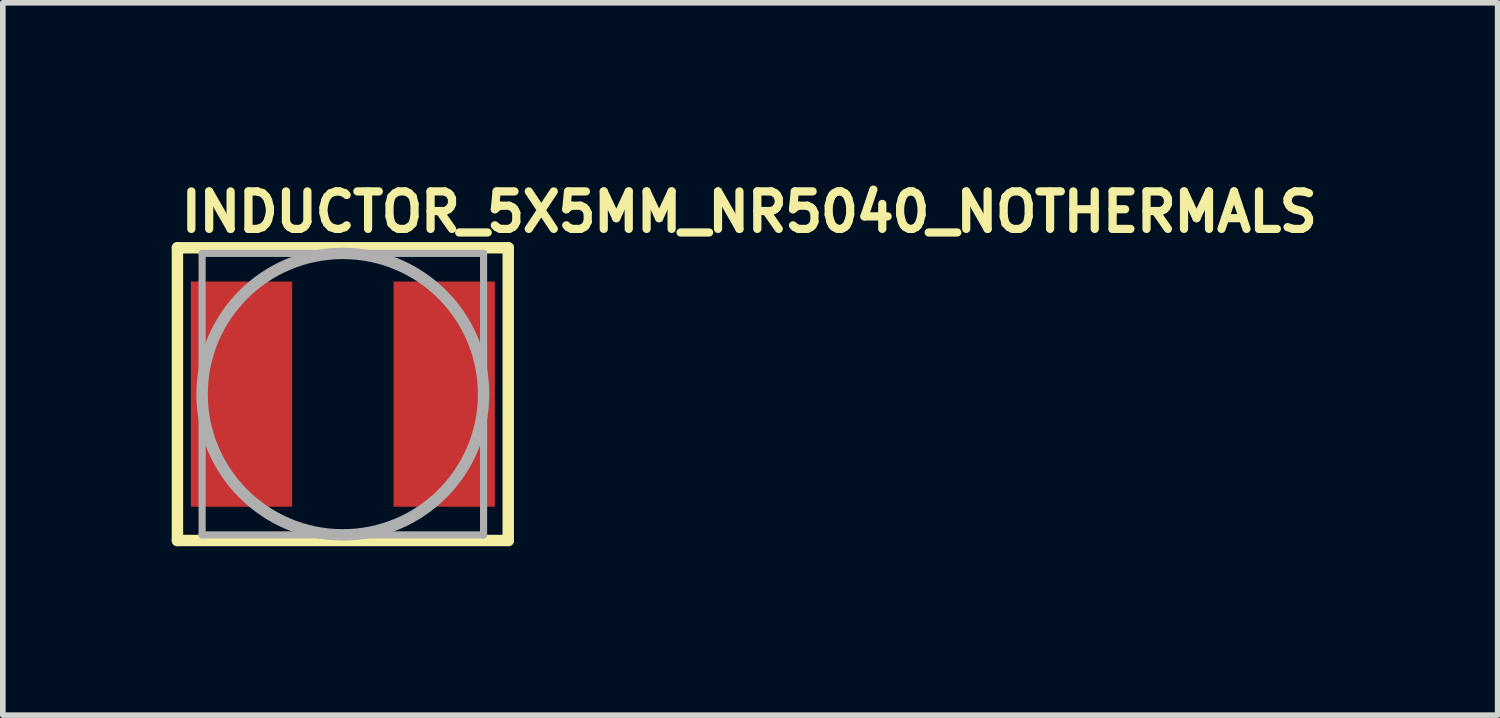
<source format=kicad_pcb>
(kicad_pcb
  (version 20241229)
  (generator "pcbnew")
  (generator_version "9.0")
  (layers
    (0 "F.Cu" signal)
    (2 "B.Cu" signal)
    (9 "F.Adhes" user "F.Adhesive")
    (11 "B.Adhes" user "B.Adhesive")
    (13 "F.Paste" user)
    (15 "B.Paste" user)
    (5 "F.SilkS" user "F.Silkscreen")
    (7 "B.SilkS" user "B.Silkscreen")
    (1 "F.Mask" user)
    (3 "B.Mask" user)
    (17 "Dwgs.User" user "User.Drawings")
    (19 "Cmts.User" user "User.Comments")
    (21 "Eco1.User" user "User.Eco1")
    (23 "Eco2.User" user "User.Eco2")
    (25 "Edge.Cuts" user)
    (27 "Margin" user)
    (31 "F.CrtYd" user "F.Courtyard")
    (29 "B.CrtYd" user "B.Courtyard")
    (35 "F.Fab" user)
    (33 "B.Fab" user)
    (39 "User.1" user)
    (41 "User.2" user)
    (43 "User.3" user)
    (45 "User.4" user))
  (footprint "INDUCTOR_5X5MM_NR5040_NOTHERMALS"
    (layer "F.Cu")
    (at 3.04 3.951)
    (property "Reference" "INDUCTOR_5X5MM_NR5040_NOTHERMALS" (at -2.946 -2.846 0) (layer "F.SilkS") (effects (font (size 0.666 0.666) (thickness 0.146)) (justify left bottom)))
    (fp_line (start -2.938 -2.6) (end 2.938 -2.6) (stroke (width 0.203) (type solid)) (layer "F.SilkS"))
    (fp_line (start -2.938 2.6) (end -2.938 -2.6) (stroke (width 0.203) (type solid)) (layer "F.SilkS"))
    (fp_line (start 2.938 -2.6) (end 2.938 2.6) (stroke (width 0.203) (type solid)) (layer "F.SilkS"))
    (fp_line (start 2.938 2.6) (end -2.938 2.6) (stroke (width 0.203) (type solid)) (layer "F.SilkS"))
    (fp_line (start -2.5 -2.5) (end 2.5 -2.5) (stroke (width 0.127) (type solid)) (layer "F.Fab"))
    (fp_line (start -2.5 2.5) (end -2.5 -2.5) (stroke (width 0.127) (type solid)) (layer "F.Fab"))
    (fp_line (start 2.5 -2.5) (end 2.5 2.5) (stroke (width 0.127) (type solid)) (layer "F.Fab"))
    (fp_line (start 2.5 2.5) (end -2.5 2.5) (stroke (width 0.127) (type solid)) (layer "F.Fab"))
    (fp_circle (center 0 0) (end 2.5 0) (stroke (width 0.203) (type solid)) (fill no) (layer "F.Fab"))
    (pad "P$1" smd rect (at -1.8 0) (size 1.8 4) (layers "F.Cu" "F.Mask" "F.Paste"))
    (pad "P$2" smd rect (at 1.8 0) (size 1.8 4) (layers "F.Cu" "F.Mask" "F.Paste")))
  (gr_rect
    (start -3 -3)
    (end 23.553 9.653)
    (stroke (width 0.1) (type default))
    (fill no)
    (layer "Edge.Cuts")))
</source>
